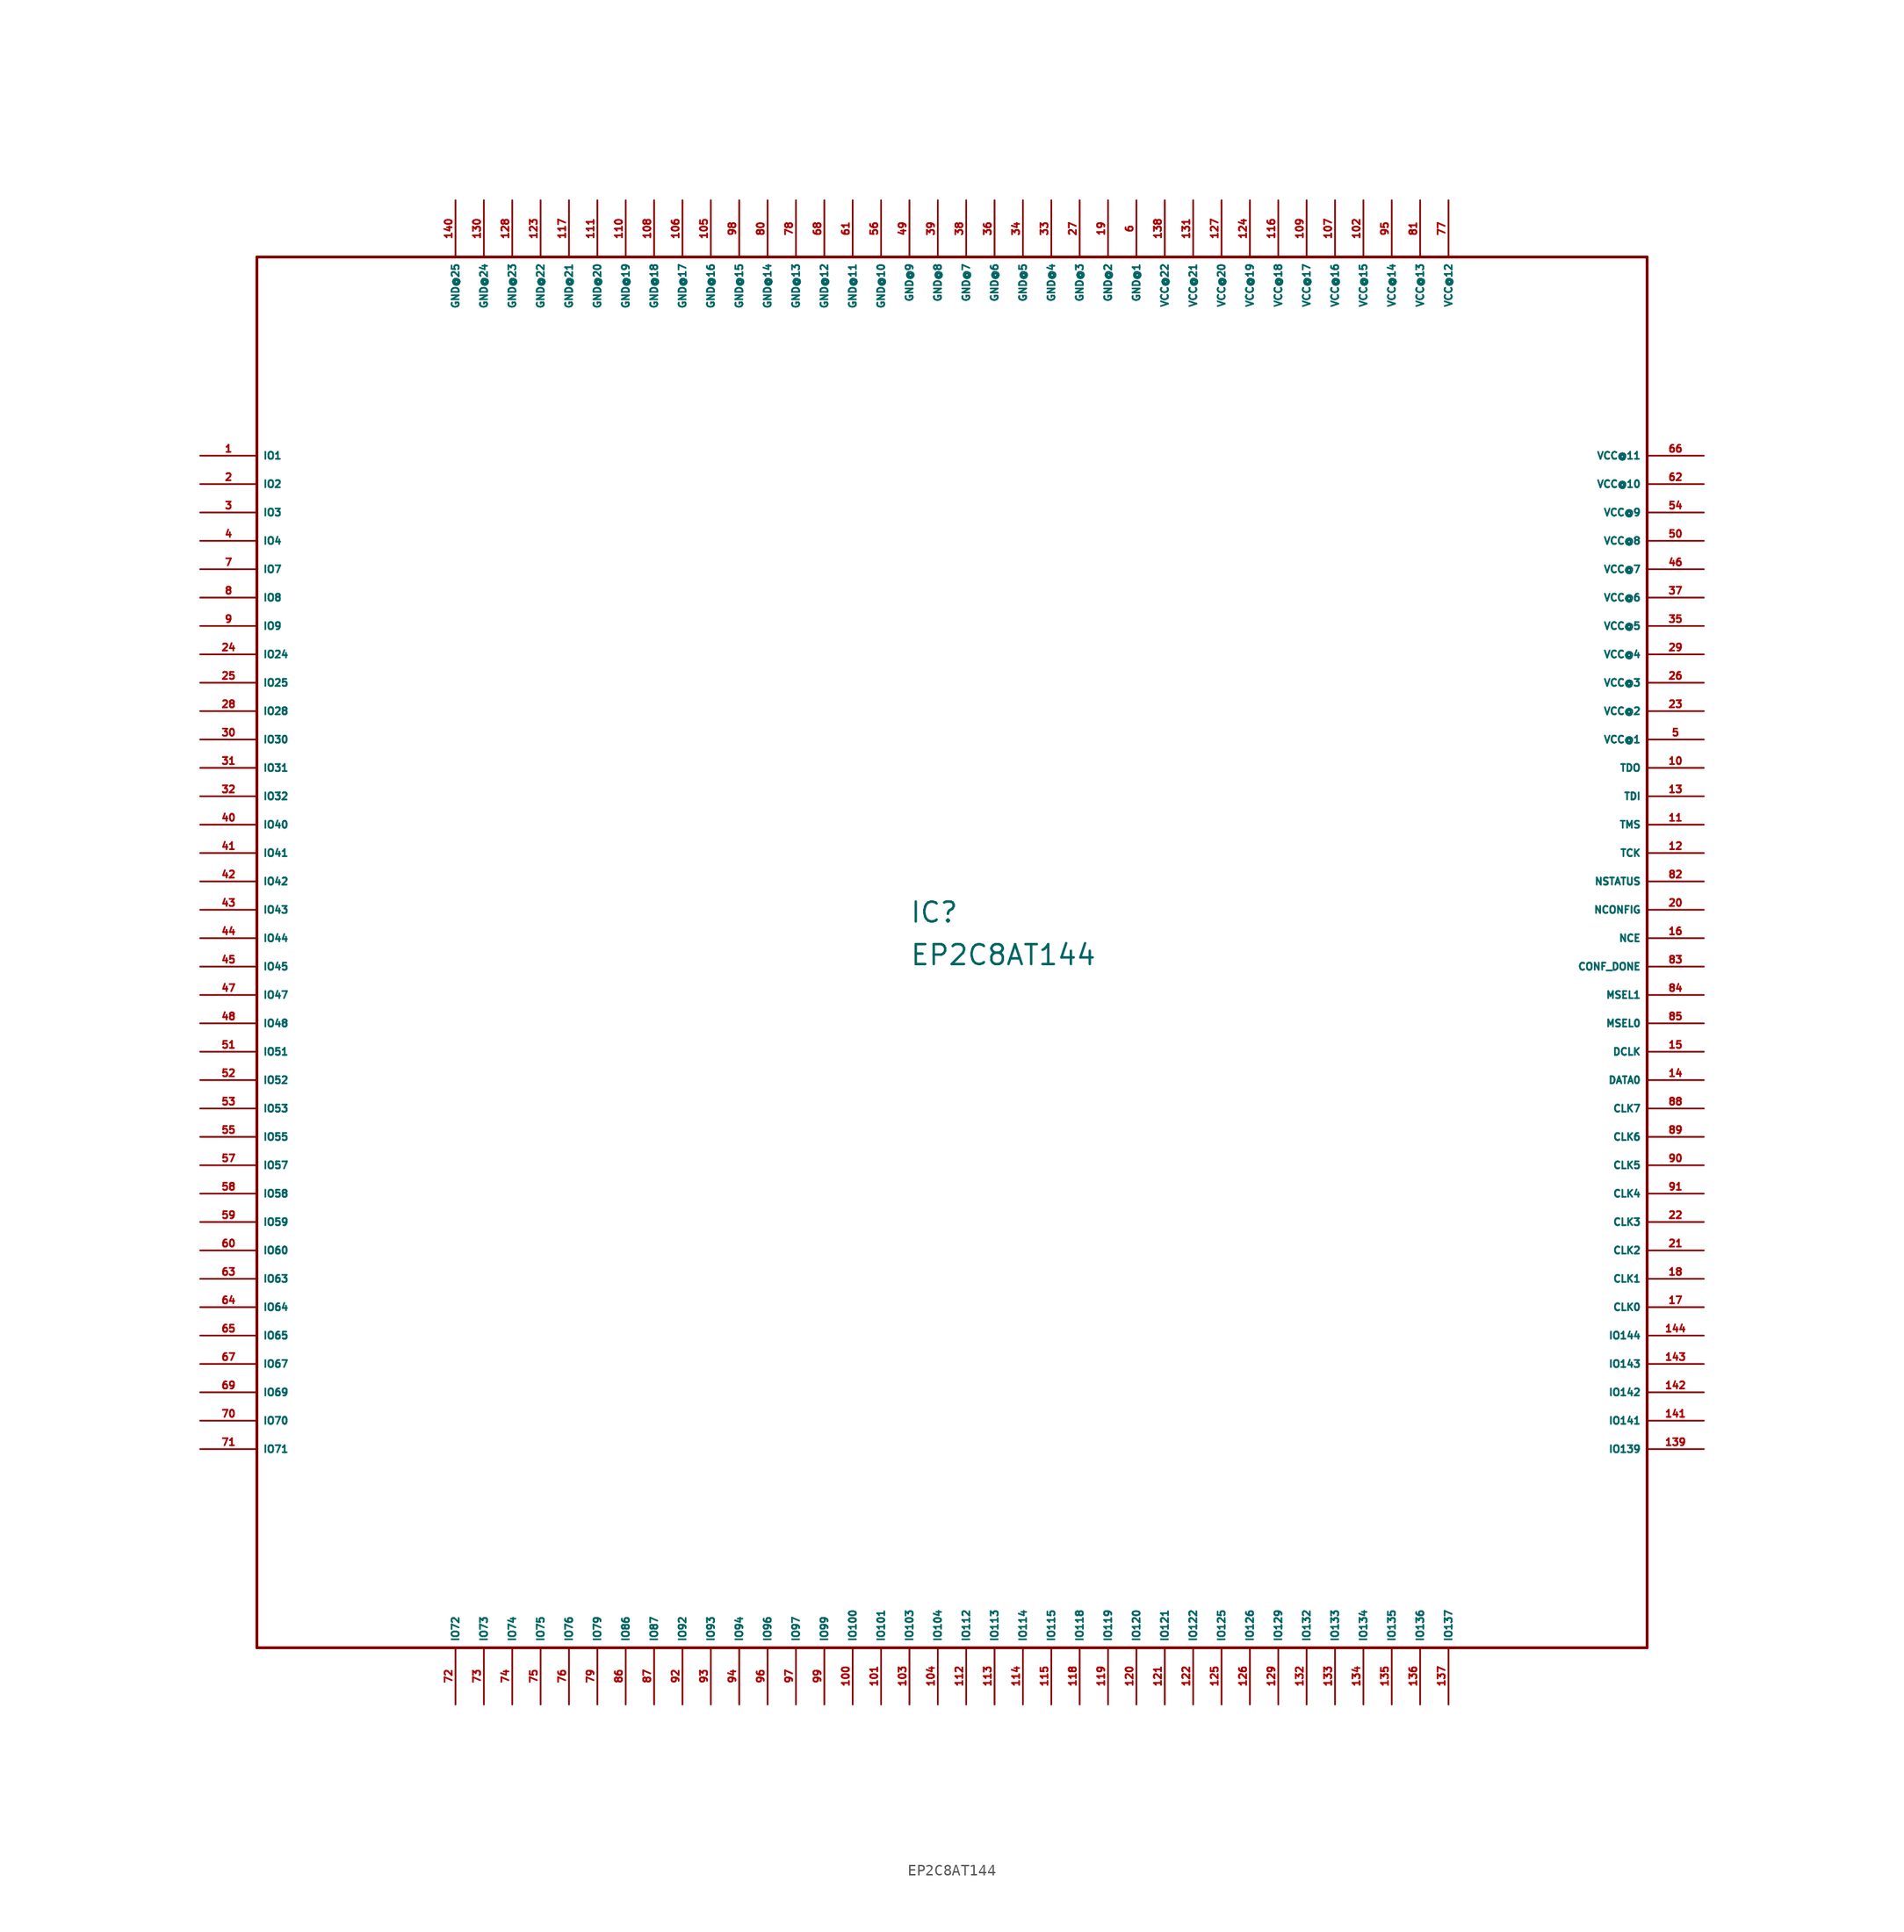
<source format=kicad_sym>
(kicad_symbol_lib
  (version 20220914)
  (generator Eagle2Kicad)
  (symbol "EP2C8AT144"
    (property "Reference" "IC"
      (at -2.54 1.27 0)
      (effects (font (size 1.778 1.778) (thickness 0.22)) (justify left bottom)))
    (property "Value" "EP2C8AT144"
      (at -2.54 -2.54 0)
      (effects (font (size 1.778 1.778) (thickness 0.22)) (justify left bottom)))
    (polyline
      (pts (xy -60.96 -63.5) (xy 63.5 -63.5))
      (stroke (width 0.254) (type default))
      (fill (type none)))
    (polyline
      (pts (xy 63.5 -63.5) (xy 63.5 60.96))
      (stroke (width 0.254) (type default))
      (fill (type none)))
    (polyline
      (pts (xy 63.5 60.96) (xy -60.96 60.96))
      (stroke (width 0.254) (type default))
      (fill (type none)))
    (polyline
      (pts (xy -60.96 60.96) (xy -60.96 -63.5))
      (stroke (width 0.254) (type default))
      (fill (type none)))
    (pin output line
      (at -66.04 43.18 0)
      (length 5.08)
      (name "IO1" (effects (font (size 0.635 0.635) (thickness 0.08)) (justify left bottom)))
      (number "1" (effects (font (size 0.635 0.635) (thickness 0.08)) (justify left bottom))))
    (pin output line
      (at -66.04 40.64 0)
      (length 5.08)
      (name "IO2" (effects (font (size 0.635 0.635) (thickness 0.08)) (justify left bottom)))
      (number "2" (effects (font (size 0.635 0.635) (thickness 0.08)) (justify left bottom))))
    (pin bidirectional line
      (at -66.04 38.1 0)
      (length 5.08)
      (name "IO3" (effects (font (size 0.635 0.635) (thickness 0.08)) (justify left bottom)))
      (number "3" (effects (font (size 0.635 0.635) (thickness 0.08)) (justify left bottom))))
    (pin bidirectional line
      (at -66.04 35.56 0)
      (length 5.08)
      (name "IO4" (effects (font (size 0.635 0.635) (thickness 0.08)) (justify left bottom)))
      (number "4" (effects (font (size 0.635 0.635) (thickness 0.08)) (justify left bottom))))
    (pin bidirectional line
      (at -66.04 33.02 0)
      (length 5.08)
      (name "IO7" (effects (font (size 0.635 0.635) (thickness 0.08)) (justify left bottom)))
      (number "7" (effects (font (size 0.635 0.635) (thickness 0.08)) (justify left bottom))))
    (pin bidirectional line
      (at -66.04 30.48 0)
      (length 5.08)
      (name "IO8" (effects (font (size 0.635 0.635) (thickness 0.08)) (justify left bottom)))
      (number "8" (effects (font (size 0.635 0.635) (thickness 0.08)) (justify left bottom))))
    (pin bidirectional line
      (at -66.04 27.94 0)
      (length 5.08)
      (name "IO9" (effects (font (size 0.635 0.635) (thickness 0.08)) (justify left bottom)))
      (number "9" (effects (font (size 0.635 0.635) (thickness 0.08)) (justify left bottom))))
    (pin bidirectional line
      (at -66.04 25.4 0)
      (length 5.08)
      (name "IO24" (effects (font (size 0.635 0.635) (thickness 0.08)) (justify left bottom)))
      (number "24" (effects (font (size 0.635 0.635) (thickness 0.08)) (justify left bottom))))
    (pin bidirectional line
      (at -66.04 22.86 0)
      (length 5.08)
      (name "IO25" (effects (font (size 0.635 0.635) (thickness 0.08)) (justify left bottom)))
      (number "25" (effects (font (size 0.635 0.635) (thickness 0.08)) (justify left bottom))))
    (pin bidirectional line
      (at -66.04 20.32 0)
      (length 5.08)
      (name "IO28" (effects (font (size 0.635 0.635) (thickness 0.08)) (justify left bottom)))
      (number "28" (effects (font (size 0.635 0.635) (thickness 0.08)) (justify left bottom))))
    (pin bidirectional line
      (at -66.04 17.78 0)
      (length 5.08)
      (name "IO30" (effects (font (size 0.635 0.635) (thickness 0.08)) (justify left bottom)))
      (number "30" (effects (font (size 0.635 0.635) (thickness 0.08)) (justify left bottom))))
    (pin bidirectional line
      (at -66.04 15.24 0)
      (length 5.08)
      (name "IO31" (effects (font (size 0.635 0.635) (thickness 0.08)) (justify left bottom)))
      (number "31" (effects (font (size 0.635 0.635) (thickness 0.08)) (justify left bottom))))
    (pin bidirectional line
      (at -66.04 12.7 0)
      (length 5.08)
      (name "IO32" (effects (font (size 0.635 0.635) (thickness 0.08)) (justify left bottom)))
      (number "32" (effects (font (size 0.635 0.635) (thickness 0.08)) (justify left bottom))))
    (pin bidirectional line
      (at -66.04 10.16 0)
      (length 5.08)
      (name "IO40" (effects (font (size 0.635 0.635) (thickness 0.08)) (justify left bottom)))
      (number "40" (effects (font (size 0.635 0.635) (thickness 0.08)) (justify left bottom))))
    (pin bidirectional line
      (at -66.04 7.62 0)
      (length 5.08)
      (name "IO41" (effects (font (size 0.635 0.635) (thickness 0.08)) (justify left bottom)))
      (number "41" (effects (font (size 0.635 0.635) (thickness 0.08)) (justify left bottom))))
    (pin bidirectional line
      (at -66.04 5.08 0)
      (length 5.08)
      (name "IO42" (effects (font (size 0.635 0.635) (thickness 0.08)) (justify left bottom)))
      (number "42" (effects (font (size 0.635 0.635) (thickness 0.08)) (justify left bottom))))
    (pin bidirectional line
      (at -66.04 2.54 0)
      (length 5.08)
      (name "IO43" (effects (font (size 0.635 0.635) (thickness 0.08)) (justify left bottom)))
      (number "43" (effects (font (size 0.635 0.635) (thickness 0.08)) (justify left bottom))))
    (pin bidirectional line
      (at -66.04 0 0)
      (length 5.08)
      (name "IO44" (effects (font (size 0.635 0.635) (thickness 0.08)) (justify left bottom)))
      (number "44" (effects (font (size 0.635 0.635) (thickness 0.08)) (justify left bottom))))
    (pin bidirectional line
      (at -66.04 -2.54 0)
      (length 5.08)
      (name "IO45" (effects (font (size 0.635 0.635) (thickness 0.08)) (justify left bottom)))
      (number "45" (effects (font (size 0.635 0.635) (thickness 0.08)) (justify left bottom))))
    (pin bidirectional line
      (at -66.04 -5.08 0)
      (length 5.08)
      (name "IO47" (effects (font (size 0.635 0.635) (thickness 0.08)) (justify left bottom)))
      (number "47" (effects (font (size 0.635 0.635) (thickness 0.08)) (justify left bottom))))
    (pin bidirectional line
      (at -66.04 -7.62 0)
      (length 5.08)
      (name "IO48" (effects (font (size 0.635 0.635) (thickness 0.08)) (justify left bottom)))
      (number "48" (effects (font (size 0.635 0.635) (thickness 0.08)) (justify left bottom))))
    (pin bidirectional line
      (at -66.04 -10.16 0)
      (length 5.08)
      (name "IO51" (effects (font (size 0.635 0.635) (thickness 0.08)) (justify left bottom)))
      (number "51" (effects (font (size 0.635 0.635) (thickness 0.08)) (justify left bottom))))
    (pin bidirectional line
      (at -66.04 -12.7 0)
      (length 5.08)
      (name "IO52" (effects (font (size 0.635 0.635) (thickness 0.08)) (justify left bottom)))
      (number "52" (effects (font (size 0.635 0.635) (thickness 0.08)) (justify left bottom))))
    (pin bidirectional line
      (at -66.04 -15.24 0)
      (length 5.08)
      (name "IO53" (effects (font (size 0.635 0.635) (thickness 0.08)) (justify left bottom)))
      (number "53" (effects (font (size 0.635 0.635) (thickness 0.08)) (justify left bottom))))
    (pin bidirectional line
      (at -66.04 -17.78 0)
      (length 5.08)
      (name "IO55" (effects (font (size 0.635 0.635) (thickness 0.08)) (justify left bottom)))
      (number "55" (effects (font (size 0.635 0.635) (thickness 0.08)) (justify left bottom))))
    (pin bidirectional line
      (at -66.04 -20.32 0)
      (length 5.08)
      (name "IO57" (effects (font (size 0.635 0.635) (thickness 0.08)) (justify left bottom)))
      (number "57" (effects (font (size 0.635 0.635) (thickness 0.08)) (justify left bottom))))
    (pin bidirectional line
      (at -66.04 -22.86 0)
      (length 5.08)
      (name "IO58" (effects (font (size 0.635 0.635) (thickness 0.08)) (justify left bottom)))
      (number "58" (effects (font (size 0.635 0.635) (thickness 0.08)) (justify left bottom))))
    (pin bidirectional line
      (at -66.04 -25.4 0)
      (length 5.08)
      (name "IO59" (effects (font (size 0.635 0.635) (thickness 0.08)) (justify left bottom)))
      (number "59" (effects (font (size 0.635 0.635) (thickness 0.08)) (justify left bottom))))
    (pin bidirectional line
      (at -66.04 -27.94 0)
      (length 5.08)
      (name "IO60" (effects (font (size 0.635 0.635) (thickness 0.08)) (justify left bottom)))
      (number "60" (effects (font (size 0.635 0.635) (thickness 0.08)) (justify left bottom))))
    (pin bidirectional line
      (at -66.04 -30.48 0)
      (length 5.08)
      (name "IO63" (effects (font (size 0.635 0.635) (thickness 0.08)) (justify left bottom)))
      (number "63" (effects (font (size 0.635 0.635) (thickness 0.08)) (justify left bottom))))
    (pin bidirectional line
      (at -66.04 -33.02 0)
      (length 5.08)
      (name "IO64" (effects (font (size 0.635 0.635) (thickness 0.08)) (justify left bottom)))
      (number "64" (effects (font (size 0.635 0.635) (thickness 0.08)) (justify left bottom))))
    (pin bidirectional line
      (at -66.04 -35.56 0)
      (length 5.08)
      (name "IO65" (effects (font (size 0.635 0.635) (thickness 0.08)) (justify left bottom)))
      (number "65" (effects (font (size 0.635 0.635) (thickness 0.08)) (justify left bottom))))
    (pin bidirectional line
      (at -66.04 -38.1 0)
      (length 5.08)
      (name "IO67" (effects (font (size 0.635 0.635) (thickness 0.08)) (justify left bottom)))
      (number "67" (effects (font (size 0.635 0.635) (thickness 0.08)) (justify left bottom))))
    (pin bidirectional line
      (at -66.04 -40.64 0)
      (length 5.08)
      (name "IO69" (effects (font (size 0.635 0.635) (thickness 0.08)) (justify left bottom)))
      (number "69" (effects (font (size 0.635 0.635) (thickness 0.08)) (justify left bottom))))
    (pin bidirectional line
      (at -66.04 -43.18 0)
      (length 5.08)
      (name "IO70" (effects (font (size 0.635 0.635) (thickness 0.08)) (justify left bottom)))
      (number "70" (effects (font (size 0.635 0.635) (thickness 0.08)) (justify left bottom))))
    (pin bidirectional line
      (at -66.04 -45.72 0)
      (length 5.08)
      (name "IO71" (effects (font (size 0.635 0.635) (thickness 0.08)) (justify left bottom)))
      (number "71" (effects (font (size 0.635 0.635) (thickness 0.08)) (justify left bottom))))
    (pin bidirectional line
      (at -43.18 -68.58 90)
      (length 5.08)
      (name "IO72" (effects (font (size 0.635 0.635) (thickness 0.08)) (justify left bottom)))
      (number "72" (effects (font (size 0.635 0.635) (thickness 0.08)) (justify left bottom))))
    (pin bidirectional line
      (at -40.64 -68.58 90)
      (length 5.08)
      (name "IO73" (effects (font (size 0.635 0.635) (thickness 0.08)) (justify left bottom)))
      (number "73" (effects (font (size 0.635 0.635) (thickness 0.08)) (justify left bottom))))
    (pin bidirectional line
      (at -38.1 -68.58 90)
      (length 5.08)
      (name "IO74" (effects (font (size 0.635 0.635) (thickness 0.08)) (justify left bottom)))
      (number "74" (effects (font (size 0.635 0.635) (thickness 0.08)) (justify left bottom))))
    (pin bidirectional line
      (at -35.56 -68.58 90)
      (length 5.08)
      (name "IO75" (effects (font (size 0.635 0.635) (thickness 0.08)) (justify left bottom)))
      (number "75" (effects (font (size 0.635 0.635) (thickness 0.08)) (justify left bottom))))
    (pin bidirectional line
      (at -33.02 -68.58 90)
      (length 5.08)
      (name "IO76" (effects (font (size 0.635 0.635) (thickness 0.08)) (justify left bottom)))
      (number "76" (effects (font (size 0.635 0.635) (thickness 0.08)) (justify left bottom))))
    (pin bidirectional line
      (at -30.48 -68.58 90)
      (length 5.08)
      (name "IO79" (effects (font (size 0.635 0.635) (thickness 0.08)) (justify left bottom)))
      (number "79" (effects (font (size 0.635 0.635) (thickness 0.08)) (justify left bottom))))
    (pin bidirectional line
      (at -27.94 -68.58 90)
      (length 5.08)
      (name "IO86" (effects (font (size 0.635 0.635) (thickness 0.08)) (justify left bottom)))
      (number "86" (effects (font (size 0.635 0.635) (thickness 0.08)) (justify left bottom))))
    (pin bidirectional line
      (at -25.4 -68.58 90)
      (length 5.08)
      (name "IO87" (effects (font (size 0.635 0.635) (thickness 0.08)) (justify left bottom)))
      (number "87" (effects (font (size 0.635 0.635) (thickness 0.08)) (justify left bottom))))
    (pin bidirectional line
      (at -22.86 -68.58 90)
      (length 5.08)
      (name "IO92" (effects (font (size 0.635 0.635) (thickness 0.08)) (justify left bottom)))
      (number "92" (effects (font (size 0.635 0.635) (thickness 0.08)) (justify left bottom))))
    (pin bidirectional line
      (at -20.32 -68.58 90)
      (length 5.08)
      (name "IO93" (effects (font (size 0.635 0.635) (thickness 0.08)) (justify left bottom)))
      (number "93" (effects (font (size 0.635 0.635) (thickness 0.08)) (justify left bottom))))
    (pin bidirectional line
      (at -17.78 -68.58 90)
      (length 5.08)
      (name "IO94" (effects (font (size 0.635 0.635) (thickness 0.08)) (justify left bottom)))
      (number "94" (effects (font (size 0.635 0.635) (thickness 0.08)) (justify left bottom))))
    (pin bidirectional line
      (at -15.24 -68.58 90)
      (length 5.08)
      (name "IO96" (effects (font (size 0.635 0.635) (thickness 0.08)) (justify left bottom)))
      (number "96" (effects (font (size 0.635 0.635) (thickness 0.08)) (justify left bottom))))
    (pin bidirectional line
      (at -12.7 -68.58 90)
      (length 5.08)
      (name "IO97" (effects (font (size 0.635 0.635) (thickness 0.08)) (justify left bottom)))
      (number "97" (effects (font (size 0.635 0.635) (thickness 0.08)) (justify left bottom))))
    (pin bidirectional line
      (at -10.16 -68.58 90)
      (length 5.08)
      (name "IO99" (effects (font (size 0.635 0.635) (thickness 0.08)) (justify left bottom)))
      (number "99" (effects (font (size 0.635 0.635) (thickness 0.08)) (justify left bottom))))
    (pin bidirectional line
      (at -7.62 -68.58 90)
      (length 5.08)
      (name "IO100" (effects (font (size 0.635 0.635) (thickness 0.08)) (justify left bottom)))
      (number "100" (effects (font (size 0.635 0.635) (thickness 0.08)) (justify left bottom))))
    (pin bidirectional line
      (at -5.08 -68.58 90)
      (length 5.08)
      (name "IO101" (effects (font (size 0.635 0.635) (thickness 0.08)) (justify left bottom)))
      (number "101" (effects (font (size 0.635 0.635) (thickness 0.08)) (justify left bottom))))
    (pin bidirectional line
      (at -2.54 -68.58 90)
      (length 5.08)
      (name "IO103" (effects (font (size 0.635 0.635) (thickness 0.08)) (justify left bottom)))
      (number "103" (effects (font (size 0.635 0.635) (thickness 0.08)) (justify left bottom))))
    (pin bidirectional line
      (at 0 -68.58 90)
      (length 5.08)
      (name "IO104" (effects (font (size 0.635 0.635) (thickness 0.08)) (justify left bottom)))
      (number "104" (effects (font (size 0.635 0.635) (thickness 0.08)) (justify left bottom))))
    (pin bidirectional line
      (at 2.54 -68.58 90)
      (length 5.08)
      (name "IO112" (effects (font (size 0.635 0.635) (thickness 0.08)) (justify left bottom)))
      (number "112" (effects (font (size 0.635 0.635) (thickness 0.08)) (justify left bottom))))
    (pin bidirectional line
      (at 5.08 -68.58 90)
      (length 5.08)
      (name "IO113" (effects (font (size 0.635 0.635) (thickness 0.08)) (justify left bottom)))
      (number "113" (effects (font (size 0.635 0.635) (thickness 0.08)) (justify left bottom))))
    (pin bidirectional line
      (at 7.62 -68.58 90)
      (length 5.08)
      (name "IO114" (effects (font (size 0.635 0.635) (thickness 0.08)) (justify left bottom)))
      (number "114" (effects (font (size 0.635 0.635) (thickness 0.08)) (justify left bottom))))
    (pin bidirectional line
      (at 10.16 -68.58 90)
      (length 5.08)
      (name "IO115" (effects (font (size 0.635 0.635) (thickness 0.08)) (justify left bottom)))
      (number "115" (effects (font (size 0.635 0.635) (thickness 0.08)) (justify left bottom))))
    (pin bidirectional line
      (at 12.7 -68.58 90)
      (length 5.08)
      (name "IO118" (effects (font (size 0.635 0.635) (thickness 0.08)) (justify left bottom)))
      (number "118" (effects (font (size 0.635 0.635) (thickness 0.08)) (justify left bottom))))
    (pin bidirectional line
      (at 15.24 -68.58 90)
      (length 5.08)
      (name "IO119" (effects (font (size 0.635 0.635) (thickness 0.08)) (justify left bottom)))
      (number "119" (effects (font (size 0.635 0.635) (thickness 0.08)) (justify left bottom))))
    (pin bidirectional line
      (at 17.78 -68.58 90)
      (length 5.08)
      (name "IO120" (effects (font (size 0.635 0.635) (thickness 0.08)) (justify left bottom)))
      (number "120" (effects (font (size 0.635 0.635) (thickness 0.08)) (justify left bottom))))
    (pin bidirectional line
      (at 20.32 -68.58 90)
      (length 5.08)
      (name "IO121" (effects (font (size 0.635 0.635) (thickness 0.08)) (justify left bottom)))
      (number "121" (effects (font (size 0.635 0.635) (thickness 0.08)) (justify left bottom))))
    (pin bidirectional line
      (at 22.86 -68.58 90)
      (length 5.08)
      (name "IO122" (effects (font (size 0.635 0.635) (thickness 0.08)) (justify left bottom)))
      (number "122" (effects (font (size 0.635 0.635) (thickness 0.08)) (justify left bottom))))
    (pin bidirectional line
      (at 25.4 -68.58 90)
      (length 5.08)
      (name "IO125" (effects (font (size 0.635 0.635) (thickness 0.08)) (justify left bottom)))
      (number "125" (effects (font (size 0.635 0.635) (thickness 0.08)) (justify left bottom))))
    (pin bidirectional line
      (at 27.94 -68.58 90)
      (length 5.08)
      (name "IO126" (effects (font (size 0.635 0.635) (thickness 0.08)) (justify left bottom)))
      (number "126" (effects (font (size 0.635 0.635) (thickness 0.08)) (justify left bottom))))
    (pin bidirectional line
      (at 30.48 -68.58 90)
      (length 5.08)
      (name "IO129" (effects (font (size 0.635 0.635) (thickness 0.08)) (justify left bottom)))
      (number "129" (effects (font (size 0.635 0.635) (thickness 0.08)) (justify left bottom))))
    (pin bidirectional line
      (at 33.02 -68.58 90)
      (length 5.08)
      (name "IO132" (effects (font (size 0.635 0.635) (thickness 0.08)) (justify left bottom)))
      (number "132" (effects (font (size 0.635 0.635) (thickness 0.08)) (justify left bottom))))
    (pin bidirectional line
      (at 35.56 -68.58 90)
      (length 5.08)
      (name "IO133" (effects (font (size 0.635 0.635) (thickness 0.08)) (justify left bottom)))
      (number "133" (effects (font (size 0.635 0.635) (thickness 0.08)) (justify left bottom))))
    (pin bidirectional line
      (at 38.1 -68.58 90)
      (length 5.08)
      (name "IO134" (effects (font (size 0.635 0.635) (thickness 0.08)) (justify left bottom)))
      (number "134" (effects (font (size 0.635 0.635) (thickness 0.08)) (justify left bottom))))
    (pin bidirectional line
      (at 40.64 -68.58 90)
      (length 5.08)
      (name "IO135" (effects (font (size 0.635 0.635) (thickness 0.08)) (justify left bottom)))
      (number "135" (effects (font (size 0.635 0.635) (thickness 0.08)) (justify left bottom))))
    (pin bidirectional line
      (at 43.18 -68.58 90)
      (length 5.08)
      (name "IO136" (effects (font (size 0.635 0.635) (thickness 0.08)) (justify left bottom)))
      (number "136" (effects (font (size 0.635 0.635) (thickness 0.08)) (justify left bottom))))
    (pin bidirectional line
      (at 45.72 -68.58 90)
      (length 5.08)
      (name "IO137" (effects (font (size 0.635 0.635) (thickness 0.08)) (justify left bottom)))
      (number "137" (effects (font (size 0.635 0.635) (thickness 0.08)) (justify left bottom))))
    (pin bidirectional line
      (at 68.58 -45.72 180)
      (length 5.08)
      (name "IO139" (effects (font (size 0.635 0.635) (thickness 0.08)) (justify left bottom)))
      (number "139" (effects (font (size 0.635 0.635) (thickness 0.08)) (justify left bottom))))
    (pin bidirectional line
      (at 68.58 -43.18 180)
      (length 5.08)
      (name "IO141" (effects (font (size 0.635 0.635) (thickness 0.08)) (justify left bottom)))
      (number "141" (effects (font (size 0.635 0.635) (thickness 0.08)) (justify left bottom))))
    (pin bidirectional line
      (at 68.58 -40.64 180)
      (length 5.08)
      (name "IO142" (effects (font (size 0.635 0.635) (thickness 0.08)) (justify left bottom)))
      (number "142" (effects (font (size 0.635 0.635) (thickness 0.08)) (justify left bottom))))
    (pin bidirectional line
      (at 68.58 -38.1 180)
      (length 5.08)
      (name "IO143" (effects (font (size 0.635 0.635) (thickness 0.08)) (justify left bottom)))
      (number "143" (effects (font (size 0.635 0.635) (thickness 0.08)) (justify left bottom))))
    (pin bidirectional line
      (at 68.58 -35.56 180)
      (length 5.08)
      (name "IO144" (effects (font (size 0.635 0.635) (thickness 0.08)) (justify left bottom)))
      (number "144" (effects (font (size 0.635 0.635) (thickness 0.08)) (justify left bottom))))
    (pin bidirectional line
      (at 68.58 -33.02 180)
      (length 5.08)
      (name "CLK0" (effects (font (size 0.635 0.635) (thickness 0.08)) (justify left bottom)))
      (number "17" (effects (font (size 0.635 0.635) (thickness 0.08)) (justify left bottom))))
    (pin bidirectional line
      (at 68.58 -30.48 180)
      (length 5.08)
      (name "CLK1" (effects (font (size 0.635 0.635) (thickness 0.08)) (justify left bottom)))
      (number "18" (effects (font (size 0.635 0.635) (thickness 0.08)) (justify left bottom))))
    (pin bidirectional line
      (at 68.58 -27.94 180)
      (length 5.08)
      (name "CLK2" (effects (font (size 0.635 0.635) (thickness 0.08)) (justify left bottom)))
      (number "21" (effects (font (size 0.635 0.635) (thickness 0.08)) (justify left bottom))))
    (pin bidirectional line
      (at 68.58 -25.4 180)
      (length 5.08)
      (name "CLK3" (effects (font (size 0.635 0.635) (thickness 0.08)) (justify left bottom)))
      (number "22" (effects (font (size 0.635 0.635) (thickness 0.08)) (justify left bottom))))
    (pin bidirectional line
      (at 68.58 -22.86 180)
      (length 5.08)
      (name "CLK4" (effects (font (size 0.635 0.635) (thickness 0.08)) (justify left bottom)))
      (number "91" (effects (font (size 0.635 0.635) (thickness 0.08)) (justify left bottom))))
    (pin bidirectional line
      (at 68.58 -20.32 180)
      (length 5.08)
      (name "CLK5" (effects (font (size 0.635 0.635) (thickness 0.08)) (justify left bottom)))
      (number "90" (effects (font (size 0.635 0.635) (thickness 0.08)) (justify left bottom))))
    (pin bidirectional line
      (at 68.58 -17.78 180)
      (length 5.08)
      (name "CLK6" (effects (font (size 0.635 0.635) (thickness 0.08)) (justify left bottom)))
      (number "89" (effects (font (size 0.635 0.635) (thickness 0.08)) (justify left bottom))))
    (pin bidirectional line
      (at 68.58 -15.24 180)
      (length 5.08)
      (name "CLK7" (effects (font (size 0.635 0.635) (thickness 0.08)) (justify left bottom)))
      (number "88" (effects (font (size 0.635 0.635) (thickness 0.08)) (justify left bottom))))
    (pin bidirectional line
      (at 68.58 -12.7 180)
      (length 5.08)
      (name "DATA0" (effects (font (size 0.635 0.635) (thickness 0.08)) (justify left bottom)))
      (number "14" (effects (font (size 0.635 0.635) (thickness 0.08)) (justify left bottom))))
    (pin bidirectional line
      (at 68.58 -10.16 180)
      (length 5.08)
      (name "DCLK" (effects (font (size 0.635 0.635) (thickness 0.08)) (justify left bottom)))
      (number "15" (effects (font (size 0.635 0.635) (thickness 0.08)) (justify left bottom))))
    (pin input line
      (at 68.58 -7.62 180)
      (length 5.08)
      (name "MSEL0" (effects (font (size 0.635 0.635) (thickness 0.08)) (justify left bottom)))
      (number "85" (effects (font (size 0.635 0.635) (thickness 0.08)) (justify left bottom))))
    (pin input line
      (at 68.58 -5.08 180)
      (length 5.08)
      (name "MSEL1" (effects (font (size 0.635 0.635) (thickness 0.08)) (justify left bottom)))
      (number "84" (effects (font (size 0.635 0.635) (thickness 0.08)) (justify left bottom))))
    (pin input line
      (at 68.58 -2.54 180)
      (length 5.08)
      (name "CONF_DONE" (effects (font (size 0.635 0.635) (thickness 0.08)) (justify left bottom)))
      (number "83" (effects (font (size 0.635 0.635) (thickness 0.08)) (justify left bottom))))
    (pin input line
      (at 68.58 0 180)
      (length 5.08)
      (name "NCE" (effects (font (size 0.635 0.635) (thickness 0.08)) (justify left bottom)))
      (number "16" (effects (font (size 0.635 0.635) (thickness 0.08)) (justify left bottom))))
    (pin input line
      (at 68.58 2.54 180)
      (length 5.08)
      (name "NCONFIG" (effects (font (size 0.635 0.635) (thickness 0.08)) (justify left bottom)))
      (number "20" (effects (font (size 0.635 0.635) (thickness 0.08)) (justify left bottom))))
    (pin input line
      (at 68.58 5.08 180)
      (length 5.08)
      (name "NSTATUS" (effects (font (size 0.635 0.635) (thickness 0.08)) (justify left bottom)))
      (number "82" (effects (font (size 0.635 0.635) (thickness 0.08)) (justify left bottom))))
    (pin input line
      (at 68.58 7.62 180)
      (length 5.08)
      (name "TCK" (effects (font (size 0.635 0.635) (thickness 0.08)) (justify left bottom)))
      (number "12" (effects (font (size 0.635 0.635) (thickness 0.08)) (justify left bottom))))
    (pin input line
      (at 68.58 10.16 180)
      (length 5.08)
      (name "TMS" (effects (font (size 0.635 0.635) (thickness 0.08)) (justify left bottom)))
      (number "11" (effects (font (size 0.635 0.635) (thickness 0.08)) (justify left bottom))))
    (pin input line
      (at 68.58 12.7 180)
      (length 5.08)
      (name "TDI" (effects (font (size 0.635 0.635) (thickness 0.08)) (justify left bottom)))
      (number "13" (effects (font (size 0.635 0.635) (thickness 0.08)) (justify left bottom))))
    (pin output line
      (at 68.58 15.24 180)
      (length 5.08)
      (name "TDO" (effects (font (size 0.635 0.635) (thickness 0.08)) (justify left bottom)))
      (number "10" (effects (font (size 0.635 0.635) (thickness 0.08)) (justify left bottom))))
    (pin unspecified line
      (at 68.58 17.78 180)
      (length 5.08)
      (name "VCC@1" (effects (font (size 0.635 0.635) (thickness 0.08)) (justify left bottom)))
      (number "5" (effects (font (size 0.635 0.635) (thickness 0.08)) (justify left bottom))))
    (pin unspecified line
      (at 68.58 20.32 180)
      (length 5.08)
      (name "VCC@2" (effects (font (size 0.635 0.635) (thickness 0.08)) (justify left bottom)))
      (number "23" (effects (font (size 0.635 0.635) (thickness 0.08)) (justify left bottom))))
    (pin unspecified line
      (at 68.58 22.86 180)
      (length 5.08)
      (name "VCC@3" (effects (font (size 0.635 0.635) (thickness 0.08)) (justify left bottom)))
      (number "26" (effects (font (size 0.635 0.635) (thickness 0.08)) (justify left bottom))))
    (pin unspecified line
      (at 68.58 25.4 180)
      (length 5.08)
      (name "VCC@4" (effects (font (size 0.635 0.635) (thickness 0.08)) (justify left bottom)))
      (number "29" (effects (font (size 0.635 0.635) (thickness 0.08)) (justify left bottom))))
    (pin unspecified line
      (at 68.58 27.94 180)
      (length 5.08)
      (name "VCC@5" (effects (font (size 0.635 0.635) (thickness 0.08)) (justify left bottom)))
      (number "35" (effects (font (size 0.635 0.635) (thickness 0.08)) (justify left bottom))))
    (pin unspecified line
      (at 68.58 30.48 180)
      (length 5.08)
      (name "VCC@6" (effects (font (size 0.635 0.635) (thickness 0.08)) (justify left bottom)))
      (number "37" (effects (font (size 0.635 0.635) (thickness 0.08)) (justify left bottom))))
    (pin unspecified line
      (at 68.58 33.02 180)
      (length 5.08)
      (name "VCC@7" (effects (font (size 0.635 0.635) (thickness 0.08)) (justify left bottom)))
      (number "46" (effects (font (size 0.635 0.635) (thickness 0.08)) (justify left bottom))))
    (pin unspecified line
      (at 68.58 35.56 180)
      (length 5.08)
      (name "VCC@8" (effects (font (size 0.635 0.635) (thickness 0.08)) (justify left bottom)))
      (number "50" (effects (font (size 0.635 0.635) (thickness 0.08)) (justify left bottom))))
    (pin unspecified line
      (at 68.58 38.1 180)
      (length 5.08)
      (name "VCC@9" (effects (font (size 0.635 0.635) (thickness 0.08)) (justify left bottom)))
      (number "54" (effects (font (size 0.635 0.635) (thickness 0.08)) (justify left bottom))))
    (pin unspecified line
      (at 68.58 40.64 180)
      (length 5.08)
      (name "VCC@10" (effects (font (size 0.635 0.635) (thickness 0.08)) (justify left bottom)))
      (number "62" (effects (font (size 0.635 0.635) (thickness 0.08)) (justify left bottom))))
    (pin unspecified line
      (at 68.58 43.18 180)
      (length 5.08)
      (name "VCC@11" (effects (font (size 0.635 0.635) (thickness 0.08)) (justify left bottom)))
      (number "66" (effects (font (size 0.635 0.635) (thickness 0.08)) (justify left bottom))))
    (pin unspecified line
      (at 45.72 66.04 270)
      (length 5.08)
      (name "VCC@12" (effects (font (size 0.635 0.635) (thickness 0.08)) (justify left bottom)))
      (number "77" (effects (font (size 0.635 0.635) (thickness 0.08)) (justify left bottom))))
    (pin unspecified line
      (at 43.18 66.04 270)
      (length 5.08)
      (name "VCC@13" (effects (font (size 0.635 0.635) (thickness 0.08)) (justify left bottom)))
      (number "81" (effects (font (size 0.635 0.635) (thickness 0.08)) (justify left bottom))))
    (pin unspecified line
      (at 40.64 66.04 270)
      (length 5.08)
      (name "VCC@14" (effects (font (size 0.635 0.635) (thickness 0.08)) (justify left bottom)))
      (number "95" (effects (font (size 0.635 0.635) (thickness 0.08)) (justify left bottom))))
    (pin unspecified line
      (at 38.1 66.04 270)
      (length 5.08)
      (name "VCC@15" (effects (font (size 0.635 0.635) (thickness 0.08)) (justify left bottom)))
      (number "102" (effects (font (size 0.635 0.635) (thickness 0.08)) (justify left bottom))))
    (pin unspecified line
      (at 35.56 66.04 270)
      (length 5.08)
      (name "VCC@16" (effects (font (size 0.635 0.635) (thickness 0.08)) (justify left bottom)))
      (number "107" (effects (font (size 0.635 0.635) (thickness 0.08)) (justify left bottom))))
    (pin unspecified line
      (at 33.02 66.04 270)
      (length 5.08)
      (name "VCC@17" (effects (font (size 0.635 0.635) (thickness 0.08)) (justify left bottom)))
      (number "109" (effects (font (size 0.635 0.635) (thickness 0.08)) (justify left bottom))))
    (pin unspecified line
      (at 30.48 66.04 270)
      (length 5.08)
      (name "VCC@18" (effects (font (size 0.635 0.635) (thickness 0.08)) (justify left bottom)))
      (number "116" (effects (font (size 0.635 0.635) (thickness 0.08)) (justify left bottom))))
    (pin unspecified line
      (at 27.94 66.04 270)
      (length 5.08)
      (name "VCC@19" (effects (font (size 0.635 0.635) (thickness 0.08)) (justify left bottom)))
      (number "124" (effects (font (size 0.635 0.635) (thickness 0.08)) (justify left bottom))))
    (pin unspecified line
      (at 25.4 66.04 270)
      (length 5.08)
      (name "VCC@20" (effects (font (size 0.635 0.635) (thickness 0.08)) (justify left bottom)))
      (number "127" (effects (font (size 0.635 0.635) (thickness 0.08)) (justify left bottom))))
    (pin unspecified line
      (at 22.86 66.04 270)
      (length 5.08)
      (name "VCC@21" (effects (font (size 0.635 0.635) (thickness 0.08)) (justify left bottom)))
      (number "131" (effects (font (size 0.635 0.635) (thickness 0.08)) (justify left bottom))))
    (pin unspecified line
      (at 20.32 66.04 270)
      (length 5.08)
      (name "VCC@22" (effects (font (size 0.635 0.635) (thickness 0.08)) (justify left bottom)))
      (number "138" (effects (font (size 0.635 0.635) (thickness 0.08)) (justify left bottom))))
    (pin unspecified line
      (at 17.78 66.04 270)
      (length 5.08)
      (name "GND@1" (effects (font (size 0.635 0.635) (thickness 0.08)) (justify left bottom)))
      (number "6" (effects (font (size 0.635 0.635) (thickness 0.08)) (justify left bottom))))
    (pin unspecified line
      (at 15.24 66.04 270)
      (length 5.08)
      (name "GND@2" (effects (font (size 0.635 0.635) (thickness 0.08)) (justify left bottom)))
      (number "19" (effects (font (size 0.635 0.635) (thickness 0.08)) (justify left bottom))))
    (pin unspecified line
      (at 12.7 66.04 270)
      (length 5.08)
      (name "GND@3" (effects (font (size 0.635 0.635) (thickness 0.08)) (justify left bottom)))
      (number "27" (effects (font (size 0.635 0.635) (thickness 0.08)) (justify left bottom))))
    (pin unspecified line
      (at 10.16 66.04 270)
      (length 5.08)
      (name "GND@4" (effects (font (size 0.635 0.635) (thickness 0.08)) (justify left bottom)))
      (number "33" (effects (font (size 0.635 0.635) (thickness 0.08)) (justify left bottom))))
    (pin unspecified line
      (at 7.62 66.04 270)
      (length 5.08)
      (name "GND@5" (effects (font (size 0.635 0.635) (thickness 0.08)) (justify left bottom)))
      (number "34" (effects (font (size 0.635 0.635) (thickness 0.08)) (justify left bottom))))
    (pin unspecified line
      (at 5.08 66.04 270)
      (length 5.08)
      (name "GND@6" (effects (font (size 0.635 0.635) (thickness 0.08)) (justify left bottom)))
      (number "36" (effects (font (size 0.635 0.635) (thickness 0.08)) (justify left bottom))))
    (pin unspecified line
      (at 2.54 66.04 270)
      (length 5.08)
      (name "GND@7" (effects (font (size 0.635 0.635) (thickness 0.08)) (justify left bottom)))
      (number "38" (effects (font (size 0.635 0.635) (thickness 0.08)) (justify left bottom))))
    (pin unspecified line
      (at 0 66.04 270)
      (length 5.08)
      (name "GND@8" (effects (font (size 0.635 0.635) (thickness 0.08)) (justify left bottom)))
      (number "39" (effects (font (size 0.635 0.635) (thickness 0.08)) (justify left bottom))))
    (pin unspecified line
      (at -2.54 66.04 270)
      (length 5.08)
      (name "GND@9" (effects (font (size 0.635 0.635) (thickness 0.08)) (justify left bottom)))
      (number "49" (effects (font (size 0.635 0.635) (thickness 0.08)) (justify left bottom))))
    (pin unspecified line
      (at -5.08 66.04 270)
      (length 5.08)
      (name "GND@10" (effects (font (size 0.635 0.635) (thickness 0.08)) (justify left bottom)))
      (number "56" (effects (font (size 0.635 0.635) (thickness 0.08)) (justify left bottom))))
    (pin unspecified line
      (at -7.62 66.04 270)
      (length 5.08)
      (name "GND@11" (effects (font (size 0.635 0.635) (thickness 0.08)) (justify left bottom)))
      (number "61" (effects (font (size 0.635 0.635) (thickness 0.08)) (justify left bottom))))
    (pin unspecified line
      (at -10.16 66.04 270)
      (length 5.08)
      (name "GND@12" (effects (font (size 0.635 0.635) (thickness 0.08)) (justify left bottom)))
      (number "68" (effects (font (size 0.635 0.635) (thickness 0.08)) (justify left bottom))))
    (pin unspecified line
      (at -12.7 66.04 270)
      (length 5.08)
      (name "GND@13" (effects (font (size 0.635 0.635) (thickness 0.08)) (justify left bottom)))
      (number "78" (effects (font (size 0.635 0.635) (thickness 0.08)) (justify left bottom))))
    (pin unspecified line
      (at -15.24 66.04 270)
      (length 5.08)
      (name "GND@14" (effects (font (size 0.635 0.635) (thickness 0.08)) (justify left bottom)))
      (number "80" (effects (font (size 0.635 0.635) (thickness 0.08)) (justify left bottom))))
    (pin unspecified line
      (at -17.78 66.04 270)
      (length 5.08)
      (name "GND@15" (effects (font (size 0.635 0.635) (thickness 0.08)) (justify left bottom)))
      (number "98" (effects (font (size 0.635 0.635) (thickness 0.08)) (justify left bottom))))
    (pin unspecified line
      (at -20.32 66.04 270)
      (length 5.08)
      (name "GND@16" (effects (font (size 0.635 0.635) (thickness 0.08)) (justify left bottom)))
      (number "105" (effects (font (size 0.635 0.635) (thickness 0.08)) (justify left bottom))))
    (pin unspecified line
      (at -22.86 66.04 270)
      (length 5.08)
      (name "GND@17" (effects (font (size 0.635 0.635) (thickness 0.08)) (justify left bottom)))
      (number "106" (effects (font (size 0.635 0.635) (thickness 0.08)) (justify left bottom))))
    (pin unspecified line
      (at -25.4 66.04 270)
      (length 5.08)
      (name "GND@18" (effects (font (size 0.635 0.635) (thickness 0.08)) (justify left bottom)))
      (number "108" (effects (font (size 0.635 0.635) (thickness 0.08)) (justify left bottom))))
    (pin unspecified line
      (at -27.94 66.04 270)
      (length 5.08)
      (name "GND@19" (effects (font (size 0.635 0.635) (thickness 0.08)) (justify left bottom)))
      (number "110" (effects (font (size 0.635 0.635) (thickness 0.08)) (justify left bottom))))
    (pin unspecified line
      (at -30.48 66.04 270)
      (length 5.08)
      (name "GND@20" (effects (font (size 0.635 0.635) (thickness 0.08)) (justify left bottom)))
      (number "111" (effects (font (size 0.635 0.635) (thickness 0.08)) (justify left bottom))))
    (pin unspecified line
      (at -33.02 66.04 270)
      (length 5.08)
      (name "GND@21" (effects (font (size 0.635 0.635) (thickness 0.08)) (justify left bottom)))
      (number "117" (effects (font (size 0.635 0.635) (thickness 0.08)) (justify left bottom))))
    (pin unspecified line
      (at -35.56 66.04 270)
      (length 5.08)
      (name "GND@22" (effects (font (size 0.635 0.635) (thickness 0.08)) (justify left bottom)))
      (number "123" (effects (font (size 0.635 0.635) (thickness 0.08)) (justify left bottom))))
    (pin unspecified line
      (at -38.1 66.04 270)
      (length 5.08)
      (name "GND@23" (effects (font (size 0.635 0.635) (thickness 0.08)) (justify left bottom)))
      (number "128" (effects (font (size 0.635 0.635) (thickness 0.08)) (justify left bottom))))
    (pin unspecified line
      (at -40.64 66.04 270)
      (length 5.08)
      (name "GND@24" (effects (font (size 0.635 0.635) (thickness 0.08)) (justify left bottom)))
      (number "130" (effects (font (size 0.635 0.635) (thickness 0.08)) (justify left bottom))))
    (pin unspecified line
      (at -43.18 66.04 270)
      (length 5.08)
      (name "GND@25" (effects (font (size 0.635 0.635) (thickness 0.08)) (justify left bottom)))
      (number "140" (effects (font (size 0.635 0.635) (thickness 0.08)) (justify left bottom))))))
</source>
